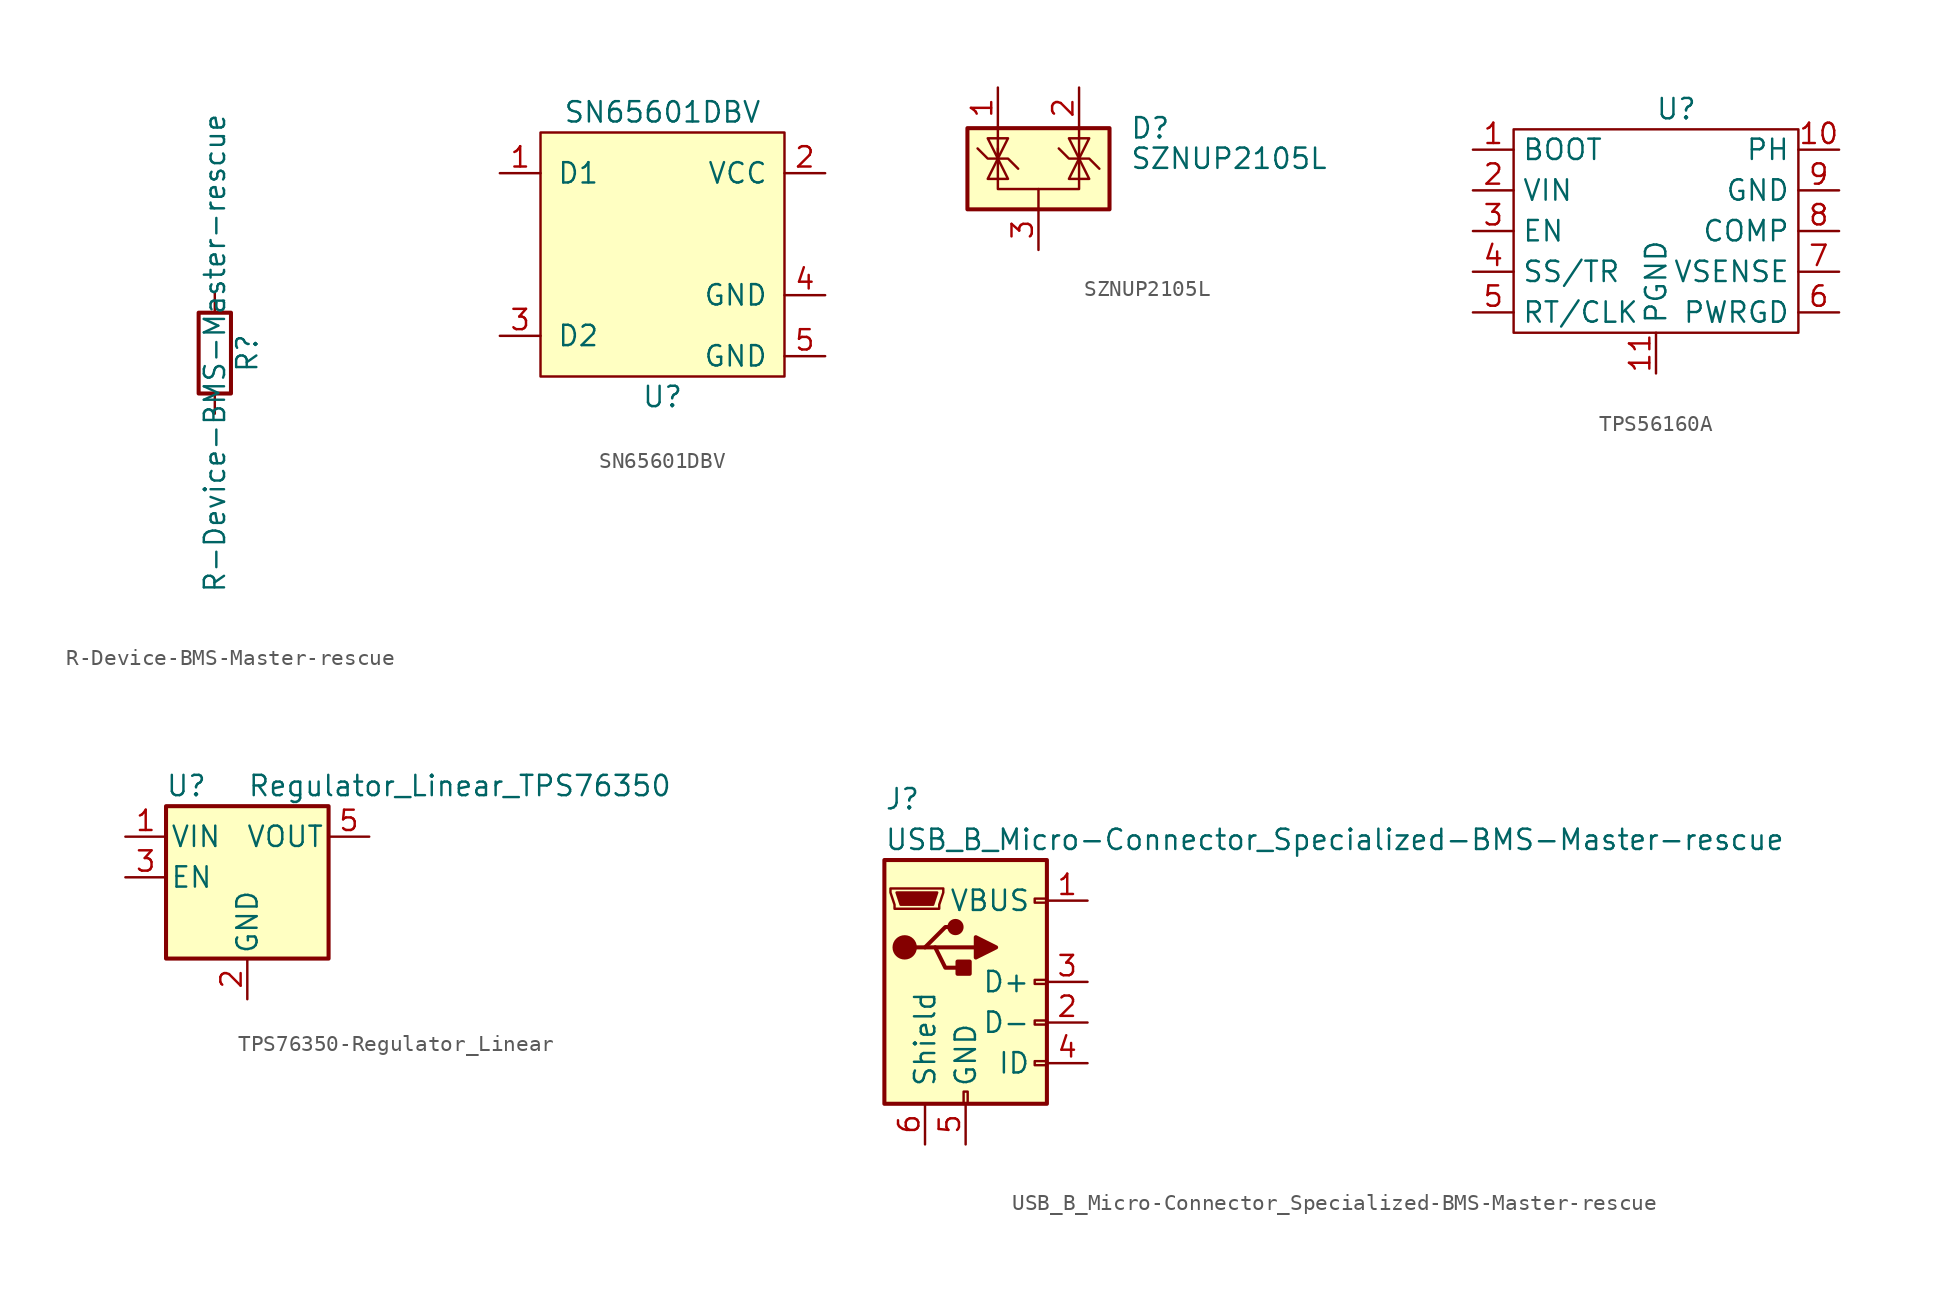
<source format=kicad_sym>
(kicad_symbol_lib
  (version 20220914)
  (generator kicad_symbol_editor)
  (symbol "R-Device-BMS-Master-rescue"
    (pin_numbers hide)
    (pin_names
      (offset 0))
    (property "Reference" "R"
      (at 2.032 0 90)
      (effects (font (size 1.27 1.27))))
    (property "Value" "R-Device-BMS-Master-rescue"
      (at 0 0 90)
      (effects (font (size 1.27 1.27))))
    (symbol "R-Device-BMS-Master-rescue_0_1"
      (rectangle (start -1.016 -2.54) (end 1.016 2.54) (stroke (width 0.254) (type solid)) (fill (type none))))
    (symbol "R-Device-BMS-Master-rescue_1_1"
      (pin passive line (at 0 3.81 270) (length 1.27) (name "~" (effects (font (size 1.27 1.27)))) (number "1" (effects (font (size 1.27 1.27)))))
      (pin passive line (at 0 -3.81 90) (length 1.27) (name "~" (effects (font (size 1.27 1.27)))) (number "2" (effects (font (size 1.27 1.27)))))))
  (symbol "SN65601DBV"
    (pin_names
      (offset 1.016))
    (property "Reference" "U"
      (at 0 -8.89 0)
      (effects (font (size 1.27 1.27))))
    (property "Value" "SN65601DBV"
      (at 0 8.89 0)
      (effects (font (size 1.27 1.27))))
    (symbol "SN65601DBV_0_1"
      (rectangle (start -7.62 7.62) (end 7.62 -7.62) (stroke (width 0) (type solid)) (fill (type background))))
    (symbol "SN65601DBV_1_1"
      (pin input line (at -10.16 5.08 0) (length 2.54) (name "D1" (effects (font (size 1.27 1.27)))) (number "1" (effects (font (size 1.27 1.27)))))
      (pin input line (at 10.16 5.08 180) (length 2.54) (name "VCC" (effects (font (size 1.27 1.27)))) (number "2" (effects (font (size 1.27 1.27)))))
      (pin input line (at -10.16 -5.08 0) (length 2.54) (name "D2" (effects (font (size 1.27 1.27)))) (number "3" (effects (font (size 1.27 1.27)))))
      (pin input line (at 10.16 -2.54 180) (length 2.54) (name "GND" (effects (font (size 1.27 1.27)))) (number "4" (effects (font (size 1.27 1.27)))))
      (pin input line (at 10.16 -6.35 180) (length 2.54) (name "GND" (effects (font (size 1.27 1.27)))) (number "5" (effects (font (size 1.27 1.27)))))))
  (symbol "SZNUP2105L"
    (pin_names hide)
    (property "Reference" "D"
      (at 5.715 2.54 0)
      (effects (font (size 1.27 1.27)) (justify left)))
    (property "Value" "SZNUP2105L"
      (at 5.715 0.635 0)
      (effects (font (size 1.27 1.27)) (justify left)))
    (symbol "SZNUP2105L_0_0"
      (pin passive line (at 0 -5.08 90) (length 2.54) (name "A" (effects (font (size 1.27 1.27)))) (number "3" (effects (font (size 1.27 1.27))))))
    (symbol "SZNUP2105L_0_1"
      (rectangle (start -4.445 2.54) (end 4.445 -2.54) (stroke (width 0.254) (type default)) (fill (type background)))
      (polyline (pts (xy -2.54 2.54) (xy -2.54 0.635)) (stroke (width 0) (type default)) (fill (type none)))
      (polyline (pts (xy 0 -1.27) (xy 0 -2.54)) (stroke (width 0) (type default)) (fill (type none)))
      (polyline (pts (xy 2.54 2.54) (xy 2.54 0.635)) (stroke (width 0) (type default)) (fill (type none)))
      (polyline (pts (xy -3.81 1.27) (xy -3.175 0.635) (xy -1.905 0.635) (xy -1.27 0)) (stroke (width 0) (type default)) (fill (type none)))
      (polyline (pts (xy -2.54 0.635) (xy -2.54 -1.27) (xy 2.54 -1.27) (xy 2.54 0.635)) (stroke (width 0) (type default)) (fill (type none)))
      (polyline (pts (xy -2.54 0.635) (xy -1.905 -0.635) (xy -3.175 -0.635) (xy -2.54 0.635)) (stroke (width 0) (type default)) (fill (type none)))
      (polyline (pts (xy 2.54 0.635) (xy 1.905 -0.635) (xy 3.175 -0.635) (xy 2.54 0.635)) (stroke (width 0) (type default)) (fill (type none)))
      (polyline (pts (xy 2.54 0.635) (xy 3.175 1.905) (xy 1.905 1.905) (xy 2.54 0.635)) (stroke (width 0) (type default)) (fill (type none)))
      (polyline (pts (xy -2.54 0.635) (xy -3.175 1.905) (xy -1.905 1.905) (xy -2.54 0.635) (xy -2.54 1.27)) (stroke (width 0) (type default)) (fill (type none)))
      (polyline (pts (xy 1.27 1.27) (xy 1.905 0.635) (xy 2.54 0.635) (xy 3.175 0.635) (xy 3.81 0)) (stroke (width 0) (type default)) (fill (type none))))
    (symbol "SZNUP2105L_1_1"
      (pin passive line (at -2.54 5.08 270) (length 2.54) (name "K" (effects (font (size 1.27 1.27)))) (number "1" (effects (font (size 1.27 1.27)))))
      (pin passive line (at 2.54 5.08 270) (length 2.54) (name "K" (effects (font (size 1.27 1.27)))) (number "2" (effects (font (size 1.27 1.27)))))))
  (symbol "TPS56160A"
    (property "Reference" "U"
      (at 1.27 7.62 0)
      (effects (font (size 1.27 1.27))))
    (property "Value" ""
      (at 0 3.81 0)
      (effects (font (size 1.27 1.27))))
    (symbol "TPS56160A_0_1"
      (rectangle (start -8.89 6.35) (end 8.89 -6.35) (stroke (width 0) (type default)) (fill (type none))))
    (symbol "TPS56160A_1_0"
      (pin input line (at 11.43 5.08 180) (length 2.54) (name "PH" (effects (font (size 1.27 1.27)))) (number "10" (effects (font (size 1.27 1.27)))))
      (pin input line (at -11.43 0 0) (length 2.54) (name "EN" (effects (font (size 1.27 1.27)))) (number "3" (effects (font (size 1.27 1.27)))))
      (pin input line (at -11.43 -2.54 0) (length 2.54) (name "SS/TR" (effects (font (size 1.27 1.27)))) (number "4" (effects (font (size 1.27 1.27)))))
      (pin input line (at -11.43 -5.08 0) (length 2.54) (name "RT/CLK" (effects (font (size 1.27 1.27)))) (number "5" (effects (font (size 1.27 1.27)))))
      (pin input line (at 11.43 -5.08 180) (length 2.54) (name "PWRGD" (effects (font (size 1.27 1.27)))) (number "6" (effects (font (size 1.27 1.27)))))
      (pin input line (at 11.43 -2.54 180) (length 2.54) (name "VSENSE" (effects (font (size 1.27 1.27)))) (number "7" (effects (font (size 1.27 1.27)))))
      (pin input line (at 11.43 0 180) (length 2.54) (name "COMP" (effects (font (size 1.27 1.27)))) (number "8" (effects (font (size 1.27 1.27)))))
      (pin input line (at 11.43 2.54 180) (length 2.54) (name "GND" (effects (font (size 1.27 1.27)))) (number "9" (effects (font (size 1.27 1.27))))))
    (symbol "TPS56160A_1_1"
      (pin input line (at -11.43 5.08 0) (length 2.54) (name "BOOT" (effects (font (size 1.27 1.27)))) (number "1" (effects (font (size 1.27 1.27)))))
      (pin input line (at 0 -8.89 90) (length 2.54) (name "PGND" (effects (font (size 1.27 1.27)))) (number "11" (effects (font (size 1.27 1.27)))))
      (pin input line (at -11.43 2.54 0) (length 2.54) (name "VIN" (effects (font (size 1.27 1.27)))) (number "2" (effects (font (size 1.27 1.27)))))))
  (symbol "TPS76350-Regulator_Linear"
    (pin_names
      (offset 0.254))
    (property "Reference" "U"
      (at -3.81 5.715 0)
      (effects (font (size 1.27 1.27))))
    (property "Value" "Regulator_Linear_TPS76350"
      (at 0 5.715 0)
      (effects (font (size 1.27 1.27)) (justify left)))
    (symbol "TPS76350-Regulator_Linear_0_1"
      (rectangle (start -5.08 4.445) (end 5.08 -5.08) (stroke (width 0.254) (type solid)) (fill (type background))))
    (symbol "TPS76350-Regulator_Linear_1_1"
      (pin power_in line (at -7.62 2.54 0) (length 2.54) (name "VIN" (effects (font (size 1.27 1.27)))) (number "1" (effects (font (size 1.27 1.27)))))
      (pin power_in line (at 0 -7.62 90) (length 2.54) (name "GND" (effects (font (size 1.27 1.27)))) (number "2" (effects (font (size 1.27 1.27)))))
      (pin input line (at -7.62 0 0) (length 2.54) (name "EN" (effects (font (size 1.27 1.27)))) (number "3" (effects (font (size 1.27 1.27)))))
      (pin no_connect line (at 7.62 0 180) (length 2.54) hide (name "NC" (effects (font (size 1.27 1.27)))) (number "4" (effects (font (size 1.27 1.27)))))
      (pin power_out line (at 7.62 2.54 180) (length 2.54) (name "VOUT" (effects (font (size 1.27 1.27)))) (number "5" (effects (font (size 1.27 1.27)))))))
  (symbol "USB_B_Micro-Connector_Specialized-BMS-Master-rescue"
    (pin_names
      (offset 1.016))
    (property "Reference" "J"
      (at -5.08 11.43 0)
      (effects (font (size 1.27 1.27)) (justify left)))
    (property "Value" "USB_B_Micro-Connector_Specialized-BMS-Master-rescue"
      (at -5.08 8.89 0)
      (effects (font (size 1.27 1.27)) (justify left)))
    (symbol "USB_B_Micro-Connector_Specialized-BMS-Master-rescue_0_1"
      (rectangle (start -5.08 -7.62) (end 5.08 7.62) (stroke (width 0.254) (type solid)) (fill (type background)))
      (circle (center -3.81 2.159) (radius 0.635) (stroke (width 0.254) (type solid)) (fill (type outline)))
      (circle (center -0.635 3.429) (radius 0.381) (stroke (width 0.254) (type solid)) (fill (type outline)))
      (rectangle (start -0.127 -7.62) (end 0.127 -6.858) (stroke (width 0) (type solid)) (fill (type none)))
      (polyline (pts (xy -1.905 2.159) (xy 0.635 2.159)) (stroke (width 0.254) (type solid)) (fill (type none)))
      (polyline (pts (xy -3.175 2.159) (xy -2.54 2.159) (xy -1.27 3.429) (xy -0.635 3.429)) (stroke (width 0.254) (type solid)) (fill (type none)))
      (polyline (pts (xy -2.54 2.159) (xy -1.905 2.159) (xy -1.27 0.889) (xy 0 0.889)) (stroke (width 0.254) (type solid)) (fill (type none)))
      (polyline (pts (xy 0.635 2.794) (xy 0.635 1.524) (xy 1.905 2.159) (xy 0.635 2.794)) (stroke (width 0.254) (type solid)) (fill (type outline)))
      (polyline (pts (xy -4.318 5.588) (xy -1.778 5.588) (xy -2.032 4.826) (xy -4.064 4.826) (xy -4.318 5.588)) (stroke (width 0) (type solid)) (fill (type outline)))
      (polyline (pts (xy -4.699 5.842) (xy -4.699 5.588) (xy -4.445 4.826) (xy -4.445 4.572) (xy -1.651 4.572) (xy -1.651 4.826) (xy -1.397 5.588) (xy -1.397 5.842) (xy -4.699 5.842)) (stroke (width 0) (type solid)) (fill (type none)))
      (rectangle (start 0.254 1.27) (end -0.508 0.508) (stroke (width 0.254) (type solid)) (fill (type outline)))
      (rectangle (start 5.08 -5.207) (end 4.318 -4.953) (stroke (width 0) (type solid)) (fill (type none)))
      (rectangle (start 5.08 -2.667) (end 4.318 -2.413) (stroke (width 0) (type solid)) (fill (type none)))
      (rectangle (start 5.08 -0.127) (end 4.318 0.127) (stroke (width 0) (type solid)) (fill (type none)))
      (rectangle (start 5.08 4.953) (end 4.318 5.207) (stroke (width 0) (type solid)) (fill (type none))))
    (symbol "USB_B_Micro-Connector_Specialized-BMS-Master-rescue_1_1"
      (pin power_out line (at 7.62 5.08 180) (length 2.54) (name "VBUS" (effects (font (size 1.27 1.27)))) (number "1" (effects (font (size 1.27 1.27)))))
      (pin passive line (at 7.62 -2.54 180) (length 2.54) (name "D-" (effects (font (size 1.27 1.27)))) (number "2" (effects (font (size 1.27 1.27)))))
      (pin passive line (at 7.62 0 180) (length 2.54) (name "D+" (effects (font (size 1.27 1.27)))) (number "3" (effects (font (size 1.27 1.27)))))
      (pin passive line (at 7.62 -5.08 180) (length 2.54) (name "ID" (effects (font (size 1.27 1.27)))) (number "4" (effects (font (size 1.27 1.27)))))
      (pin power_out line (at 0 -10.16 90) (length 2.54) (name "GND" (effects (font (size 1.27 1.27)))) (number "5" (effects (font (size 1.27 1.27)))))
      (pin passive line (at -2.54 -10.16 90) (length 2.54) (name "Shield" (effects (font (size 1.27 1.27)))) (number "6" (effects (font (size 1.27 1.27))))))))
</source>
